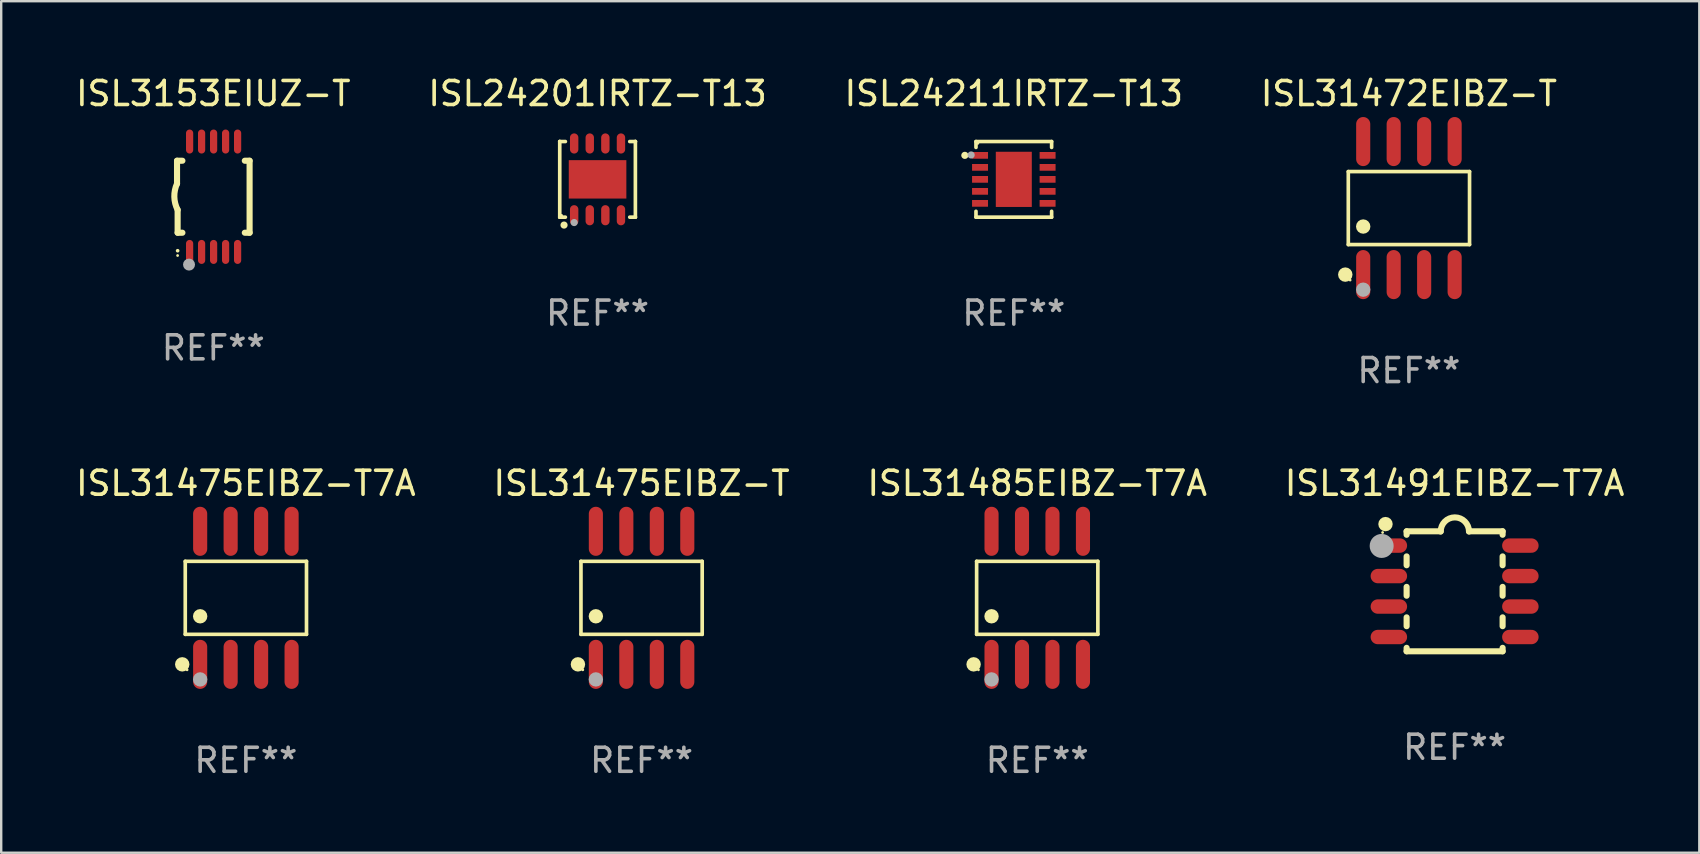
<source format=kicad_pcb>
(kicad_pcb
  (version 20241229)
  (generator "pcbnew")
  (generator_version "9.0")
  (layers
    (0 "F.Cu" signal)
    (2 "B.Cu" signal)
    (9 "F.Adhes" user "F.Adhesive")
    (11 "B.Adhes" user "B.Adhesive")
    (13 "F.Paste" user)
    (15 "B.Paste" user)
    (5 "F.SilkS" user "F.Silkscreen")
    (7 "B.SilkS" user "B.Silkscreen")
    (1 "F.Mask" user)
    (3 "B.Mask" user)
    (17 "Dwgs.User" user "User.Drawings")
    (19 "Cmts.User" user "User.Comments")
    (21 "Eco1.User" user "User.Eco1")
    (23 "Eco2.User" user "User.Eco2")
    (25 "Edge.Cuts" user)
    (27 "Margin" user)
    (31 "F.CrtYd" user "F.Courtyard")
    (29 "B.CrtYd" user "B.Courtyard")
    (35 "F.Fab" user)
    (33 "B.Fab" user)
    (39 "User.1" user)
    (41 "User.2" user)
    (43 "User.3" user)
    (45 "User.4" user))
  (footprint "ISL31491EIBZ-T7A"
    (layer "F.Cu")
    (at 57.565 21.59)
    (property "Reference" "ISL31491EIBZ-T7A" (at 0 -4.5 0) (layer "F.SilkS") (effects (font (size 1 1) (thickness 0.15))))
    (attr through_hole)
    (fp_line (start -2 -2.5) (end -2 -2.356) (stroke (width 0.254) (type solid)) (layer "F.SilkS"))
    (fp_line (start -2 -1.454) (end -2 -1.086) (stroke (width 0.254) (type solid)) (layer "F.SilkS"))
    (fp_line (start -2 -0.184) (end -2 0.184) (stroke (width 0.254) (type solid)) (layer "F.SilkS"))
    (fp_line (start -2 1.086) (end -2 1.454) (stroke (width 0.254) (type solid)) (layer "F.SilkS"))
    (fp_line (start -2 2.356) (end -2 2.5) (stroke (width 0.254) (type solid)) (layer "F.SilkS"))
    (fp_line (start -0.58 -2.5) (end -2 -2.5) (stroke (width 0.254) (type solid)) (layer "F.SilkS"))
    (fp_line (start 2 -2.5) (end 0.6 -2.5) (stroke (width 0.254) (type solid)) (layer "F.SilkS"))
    (fp_line (start 2 -2.5) (end 2 -2.356) (stroke (width 0.254) (type solid)) (layer "F.SilkS"))
    (fp_line (start 2 -1.454) (end 2 -1.086) (stroke (width 0.254) (type solid)) (layer "F.SilkS"))
    (fp_line (start 2 -0.184) (end 2 0.184) (stroke (width 0.254) (type solid)) (layer "F.SilkS"))
    (fp_line (start 2 1.086) (end 2 1.454) (stroke (width 0.254) (type solid)) (layer "F.SilkS"))
    (fp_line (start 2 2.356) (end 2 2.5) (stroke (width 0.254) (type solid)) (layer "F.SilkS"))
    (fp_line (start 2 2.5) (end -2 2.5) (stroke (width 0.254) (type solid)) (layer "F.SilkS"))
    (fp_arc (start -0.579908 -2.489992) (mid 0.010097 -3.07831) (end 0.600102 -2.489992) (stroke (width 0.254001) (type solid)) (layer "F.SilkS"))
    (fp_circle (center -3 -2.45) (end -2.97 -2.45) (stroke (width 0.06) (type solid)) (fill no) (layer "F.SilkS"))
    (fp_circle (center -2.88 -2.8) (end -2.73 -2.8) (stroke (width 0.3) (type solid)) (fill no) (layer "F.SilkS"))
    (fp_circle (center -3.04 -1.89) (end -2.79 -1.89) (stroke (width 0.5) (type solid)) (fill no) (layer "F.Fab"))
    (fp_text user "REF**" (at 0 6.5 0) (layer "F.Fab") (effects (font (size 1 1) (thickness 0.15))))
    (pad "1" smd oval (at -2.74 -1.905 90) (size 0.6 1.52) (layers "F.Cu" "F.Mask" "F.Paste"))
    (pad "2" smd oval (at -2.74 -0.635 90) (size 0.6 1.52) (layers "F.Cu" "F.Mask" "F.Paste"))
    (pad "3" smd oval (at -2.74 0.635 90) (size 0.6 1.52) (layers "F.Cu" "F.Mask" "F.Paste"))
    (pad "4" smd oval (at -2.74 1.905 90) (size 0.6 1.52) (layers "F.Cu" "F.Mask" "F.Paste"))
    (pad "5" smd oval (at 2.74 1.905 90) (size 0.6 1.52) (layers "F.Cu" "F.Mask" "F.Paste"))
    (pad "6" smd oval (at 2.74 0.635 90) (size 0.6 1.52) (layers "F.Cu" "F.Mask" "F.Paste"))
    (pad "7" smd oval (at 2.74 -0.635 90) (size 0.6 1.52) (layers "F.Cu" "F.Mask" "F.Paste"))
    (pad "8" smd oval (at 2.74 -1.905 90) (size 0.6 1.52) (layers "F.Cu" "F.Mask" "F.Paste")))
  (footprint "ISL24201IRTZ-T13"
    (layer "F.Cu")
    (at 21.851 4.424)
    (property "Reference" "ISL24201IRTZ-T13" (at 0 -3.576 0) (layer "F.SilkS") (effects (font (size 1 1) (thickness 0.15))))
    (attr through_hole)
    (fp_line (start -1.576 -1.576) (end -1.576 -1.576) (stroke (width 0.152) (type solid)) (layer "F.SilkS"))
    (fp_line (start -1.576 -1.576) (end -1.341 -1.576) (stroke (width 0.152) (type solid)) (layer "F.SilkS"))
    (fp_line (start -1.576 1.576) (end -1.576 -1.576) (stroke (width 0.152) (type solid)) (layer "F.SilkS"))
    (fp_line (start -1.576 1.576) (end -1.576 1.576) (stroke (width 0.152) (type solid)) (layer "F.SilkS"))
    (fp_line (start -1.341 1.576) (end -1.576 1.576) (stroke (width 0.152) (type solid)) (layer "F.SilkS"))
    (fp_line (start 1.341 1.576) (end 1.576 1.576) (stroke (width 0.152) (type solid)) (layer "F.SilkS"))
    (fp_line (start 1.576 -1.576) (end 1.341 -1.576) (stroke (width 0.152) (type solid)) (layer "F.SilkS"))
    (fp_line (start 1.576 -1.576) (end 1.576 -1.576) (stroke (width 0.152) (type solid)) (layer "F.SilkS"))
    (fp_line (start 1.576 1.576) (end 1.576 -1.576) (stroke (width 0.152) (type solid)) (layer "F.SilkS"))
    (fp_line (start 1.576 1.576) (end 1.576 1.576) (stroke (width 0.152) (type solid)) (layer "F.SilkS"))
    (fp_circle (center -1.5 1.5) (end -1.47 1.5) (stroke (width 0.06) (type solid)) (fill no) (layer "F.SilkS"))
    (fp_circle (center -1.397 1.905) (end -1.322 1.905) (stroke (width 0.15) (type solid)) (fill no) (layer "F.SilkS"))
    (fp_circle (center -0.975 1.8) (end -0.9 1.8) (stroke (width 0.15) (type solid)) (fill no) (layer "F.Fab"))
    (fp_text user "REF**" (at 0 5.576 0) (layer "F.Fab") (effects (font (size 1 1) (thickness 0.15))))
    (pad "1" smd oval (at -0.975 1.495) (size 0.35 0.84) (layers "F.Cu" "F.Mask" "F.Paste"))
    (pad "2" smd oval (at -0.325 1.495) (size 0.35 0.84) (layers "F.Cu" "F.Mask" "F.Paste"))
    (pad "3" smd oval (at 0.325 1.495) (size 0.35 0.84) (layers "F.Cu" "F.Mask" "F.Paste"))
    (pad "4" smd oval (at 0.975 1.495) (size 0.35 0.84) (layers "F.Cu" "F.Mask" "F.Paste"))
    (pad "5" smd oval (at 0.975 -1.495) (size 0.35 0.84) (layers "F.Cu" "F.Mask" "F.Paste"))
    (pad "6" smd oval (at 0.325 -1.495) (size 0.35 0.84) (layers "F.Cu" "F.Mask" "F.Paste"))
    (pad "7" smd oval (at -0.325 -1.495) (size 0.35 0.84) (layers "F.Cu" "F.Mask" "F.Paste"))
    (pad "8" smd oval (at -0.975 -1.495) (size 0.35 0.84) (layers "F.Cu" "F.Mask" "F.Paste"))
    (pad "9" smd rect (at 0 0) (size 2.4 1.6) (layers "F.Cu" "F.Mask" "F.Paste")))
  (footprint "ISL31475EIBZ-T7A"
    (layer "F.Cu")
    (at 7.196 21.862)
    (property "Reference" "ISL31475EIBZ-T7A" (at 0 -4.772 0) (layer "F.SilkS") (effects (font (size 1 1) (thickness 0.15))))
    (attr through_hole)
    (fp_line (start -2.526 -1.521) (end 2.526 -1.521) (stroke (width 0.152) (type solid)) (layer "F.SilkS"))
    (fp_line (start -2.526 1.521) (end -2.526 -1.521) (stroke (width 0.152) (type solid)) (layer "F.SilkS"))
    (fp_line (start 2.526 -1.521) (end 2.526 1.521) (stroke (width 0.152) (type solid)) (layer "F.SilkS"))
    (fp_line (start 2.526 1.521) (end -2.526 1.521) (stroke (width 0.152) (type solid)) (layer "F.SilkS"))
    (fp_circle (center -2.652 2.772) (end -2.501 2.772) (stroke (width 0.3) (type solid)) (fill no) (layer "F.SilkS"))
    (fp_circle (center -2.45 3) (end -2.42 3) (stroke (width 0.06) (type solid)) (fill no) (layer "F.SilkS"))
    (fp_circle (center -1.905 0.769) (end -1.755 0.769) (stroke (width 0.3) (type solid)) (fill no) (layer "F.SilkS"))
    (fp_circle (center -1.905 3.4) (end -1.755 3.4) (stroke (width 0.3) (type solid)) (fill no) (layer "F.Fab"))
    (fp_text user "REF**" (at 0 6.772 0) (layer "F.Fab") (effects (font (size 1 1) (thickness 0.15))))
    (pad "1" smd oval (at -1.905 2.772) (size 0.588 2.045) (layers "F.Cu" "F.Mask" "F.Paste"))
    (pad "2" smd oval (at -0.635 2.772) (size 0.588 2.045) (layers "F.Cu" "F.Mask" "F.Paste"))
    (pad "3" smd oval (at 0.635 2.772) (size 0.588 2.045) (layers "F.Cu" "F.Mask" "F.Paste"))
    (pad "4" smd oval (at 1.905 2.772) (size 0.588 2.045) (layers "F.Cu" "F.Mask" "F.Paste"))
    (pad "5" smd oval (at 1.905 -2.772) (size 0.588 2.045) (layers "F.Cu" "F.Mask" "F.Paste"))
    (pad "6" smd oval (at 0.635 -2.772) (size 0.588 2.045) (layers "F.Cu" "F.Mask" "F.Paste"))
    (pad "7" smd oval (at -0.635 -2.772) (size 0.588 2.045) (layers "F.Cu" "F.Mask" "F.Paste"))
    (pad "8" smd oval (at -1.905 -2.772) (size 0.588 2.045) (layers "F.Cu" "F.Mask" "F.Paste")))
  (footprint "ISL24211IRTZ-T13"
    (layer "F.Cu")
    (at 39.196 4.424)
    (property "Reference" "ISL24211IRTZ-T13" (at 0 -3.576 0) (layer "F.SilkS") (effects (font (size 1 1) (thickness 0.15))))
    (attr through_hole)
    (fp_line (start -1.576 -1.576) (end 1.576 -1.576) (stroke (width 0.152) (type solid)) (layer "F.SilkS"))
    (fp_line (start -1.576 -1.331) (end -1.576 -1.576) (stroke (width 0.152) (type solid)) (layer "F.SilkS"))
    (fp_line (start -1.576 1.331) (end -1.576 1.576) (stroke (width 0.152) (type solid)) (layer "F.SilkS"))
    (fp_line (start -1.576 1.576) (end 1.576 1.576) (stroke (width 0.152) (type solid)) (layer "F.SilkS"))
    (fp_line (start 1.576 -1.576) (end 1.576 -1.331) (stroke (width 0.152) (type solid)) (layer "F.SilkS"))
    (fp_line (start 1.576 1.576) (end 1.576 1.331) (stroke (width 0.152) (type solid)) (layer "F.SilkS"))
    (fp_circle (center -2.04 -1) (end -1.965 -1) (stroke (width 0.15) (type solid)) (fill no) (layer "F.SilkS"))
    (fp_circle (center -1.5 -1.5) (end -1.47 -1.5) (stroke (width 0.06) (type solid)) (fill no) (layer "F.SilkS"))
    (fp_circle (center -1.778 -1.016) (end -1.703 -1.016) (stroke (width 0.15) (type solid)) (fill no) (layer "F.Fab"))
    (fp_text user "REF**" (at 0 5.576 0) (layer "F.Fab") (effects (font (size 1 1) (thickness 0.15))))
    (pad "1" smd rect (at -1.407 -1 270) (size 0.28 0.665) (layers "F.Cu" "F.Mask" "F.Paste"))
    (pad "2" smd rect (at -1.407 -0.5 270) (size 0.28 0.665) (layers "F.Cu" "F.Mask" "F.Paste"))
    (pad "3" smd rect (at -1.407 0.000102 270) (size 0.28 0.665) (layers "F.Cu" "F.Mask" "F.Paste"))
    (pad "4" smd rect (at -1.407 0.5 270) (size 0.28 0.665) (layers "F.Cu" "F.Mask" "F.Paste"))
    (pad "5" smd rect (at -1.407 1 270) (size 0.28 0.665) (layers "F.Cu" "F.Mask" "F.Paste"))
    (pad "6" smd rect (at 1.408 1 270) (size 0.28 0.665) (layers "F.Cu" "F.Mask" "F.Paste"))
    (pad "7" smd rect (at 1.408 0.5 270) (size 0.28 0.665) (layers "F.Cu" "F.Mask" "F.Paste"))
    (pad "8" smd rect (at 1.408 0.000102 270) (size 0.28 0.665) (layers "F.Cu" "F.Mask" "F.Paste"))
    (pad "9" smd rect (at 1.408 -0.5 270) (size 0.28 0.665) (layers "F.Cu" "F.Mask" "F.Paste"))
    (pad "10" smd rect (at 1.408 -1 270) (size 0.28 0.665) (layers "F.Cu" "F.Mask" "F.Paste"))
    (pad "11" smd rect (at -0.000051 0.000102 270) (size 2.3 1.5) (layers "F.Cu" "F.Mask" "F.Paste")))
  (footprint "ISL31475EIBZ-T"
    (layer "F.Cu")
    (at 23.685 21.862)
    (property "Reference" "ISL31475EIBZ-T" (at 0 -4.772 0) (layer "F.SilkS") (effects (font (size 1 1) (thickness 0.15))))
    (attr through_hole)
    (fp_line (start -2.526 -1.521) (end 2.526 -1.521) (stroke (width 0.152) (type solid)) (layer "F.SilkS"))
    (fp_line (start -2.526 1.521) (end -2.526 -1.521) (stroke (width 0.152) (type solid)) (layer "F.SilkS"))
    (fp_line (start 2.526 -1.521) (end 2.526 1.521) (stroke (width 0.152) (type solid)) (layer "F.SilkS"))
    (fp_line (start 2.526 1.521) (end -2.526 1.521) (stroke (width 0.152) (type solid)) (layer "F.SilkS"))
    (fp_circle (center -2.652 2.772) (end -2.501 2.772) (stroke (width 0.3) (type solid)) (fill no) (layer "F.SilkS"))
    (fp_circle (center -2.45 3) (end -2.42 3) (stroke (width 0.06) (type solid)) (fill no) (layer "F.SilkS"))
    (fp_circle (center -1.905 0.769) (end -1.755 0.769) (stroke (width 0.3) (type solid)) (fill no) (layer "F.SilkS"))
    (fp_circle (center -1.905 3.4) (end -1.755 3.4) (stroke (width 0.3) (type solid)) (fill no) (layer "F.Fab"))
    (fp_text user "REF**" (at 0 6.772 0) (layer "F.Fab") (effects (font (size 1 1) (thickness 0.15))))
    (pad "1" smd oval (at -1.905 2.772) (size 0.588 2.045) (layers "F.Cu" "F.Mask" "F.Paste"))
    (pad "2" smd oval (at -0.635 2.772) (size 0.588 2.045) (layers "F.Cu" "F.Mask" "F.Paste"))
    (pad "3" smd oval (at 0.635 2.772) (size 0.588 2.045) (layers "F.Cu" "F.Mask" "F.Paste"))
    (pad "4" smd oval (at 1.905 2.772) (size 0.588 2.045) (layers "F.Cu" "F.Mask" "F.Paste"))
    (pad "5" smd oval (at 1.905 -2.772) (size 0.588 2.045) (layers "F.Cu" "F.Mask" "F.Paste"))
    (pad "6" smd oval (at 0.635 -2.772) (size 0.588 2.045) (layers "F.Cu" "F.Mask" "F.Paste"))
    (pad "7" smd oval (at -0.635 -2.772) (size 0.588 2.045) (layers "F.Cu" "F.Mask" "F.Paste"))
    (pad "8" smd oval (at -1.905 -2.772) (size 0.588 2.045) (layers "F.Cu" "F.Mask" "F.Paste")))
  (footprint "ISL31472EIBZ-T"
    (layer "F.Cu")
    (at 55.661 5.621)
    (property "Reference" "ISL31472EIBZ-T" (at 0 -4.772 0) (layer "F.SilkS") (effects (font (size 1 1) (thickness 0.15))))
    (attr through_hole)
    (fp_line (start -2.526 -1.521) (end 2.526 -1.521) (stroke (width 0.152) (type solid)) (layer "F.SilkS"))
    (fp_line (start -2.526 1.521) (end -2.526 -1.521) (stroke (width 0.152) (type solid)) (layer "F.SilkS"))
    (fp_line (start 2.526 -1.521) (end 2.526 1.521) (stroke (width 0.152) (type solid)) (layer "F.SilkS"))
    (fp_line (start 2.526 1.521) (end -2.526 1.521) (stroke (width 0.152) (type solid)) (layer "F.SilkS"))
    (fp_circle (center -2.652 2.772) (end -2.501 2.772) (stroke (width 0.3) (type solid)) (fill no) (layer "F.SilkS"))
    (fp_circle (center -2.45 3) (end -2.42 3) (stroke (width 0.06) (type solid)) (fill no) (layer "F.SilkS"))
    (fp_circle (center -1.905 0.769) (end -1.755 0.769) (stroke (width 0.3) (type solid)) (fill no) (layer "F.SilkS"))
    (fp_circle (center -1.905 3.4) (end -1.755 3.4) (stroke (width 0.3) (type solid)) (fill no) (layer "F.Fab"))
    (fp_text user "REF**" (at 0 6.772 0) (layer "F.Fab") (effects (font (size 1 1) (thickness 0.15))))
    (pad "1" smd oval (at -1.905 2.772) (size 0.588 2.045) (layers "F.Cu" "F.Mask" "F.Paste"))
    (pad "2" smd oval (at -0.635 2.772) (size 0.588 2.045) (layers "F.Cu" "F.Mask" "F.Paste"))
    (pad "3" smd oval (at 0.635 2.772) (size 0.588 2.045) (layers "F.Cu" "F.Mask" "F.Paste"))
    (pad "4" smd oval (at 1.905 2.772) (size 0.588 2.045) (layers "F.Cu" "F.Mask" "F.Paste"))
    (pad "5" smd oval (at 1.905 -2.772) (size 0.588 2.045) (layers "F.Cu" "F.Mask" "F.Paste"))
    (pad "6" smd oval (at 0.635 -2.772) (size 0.588 2.045) (layers "F.Cu" "F.Mask" "F.Paste"))
    (pad "7" smd oval (at -0.635 -2.772) (size 0.588 2.045) (layers "F.Cu" "F.Mask" "F.Paste"))
    (pad "8" smd oval (at -1.905 -2.772) (size 0.588 2.045) (layers "F.Cu" "F.Mask" "F.Paste")))
  (footprint "ISL3153EIUZ-T"
    (layer "F.Cu")
    (at 5.839 5.148)
    (property "Reference" "ISL3153EIUZ-T" (at 0 -4.3 0) (layer "F.SilkS") (effects (font (size 1 1) (thickness 0.15))))
    (attr through_hole)
    (fp_line (start -1.512 -1.5) (end -1.512 -0.546) (stroke (width 0.254) (type solid)) (layer "F.SilkS"))
    (fp_line (start -1.487 0.546) (end -1.487 1.5) (stroke (width 0.254) (type solid)) (layer "F.SilkS"))
    (fp_line (start -1.288 -1.5) (end -1.512 -1.5) (stroke (width 0.254) (type solid)) (layer "F.SilkS"))
    (fp_line (start -1.288 1.5) (end -1.487 1.5) (stroke (width 0.254) (type solid)) (layer "F.SilkS"))
    (fp_line (start 1.512 -1.5) (end 1.312 -1.5) (stroke (width 0.254) (type solid)) (layer "F.SilkS"))
    (fp_line (start 1.512 -1.5) (end 1.512 1.5) (stroke (width 0.254) (type solid)) (layer "F.SilkS"))
    (fp_line (start 1.512 1.5) (end 1.312 1.5) (stroke (width 0.254) (type solid)) (layer "F.SilkS"))
    (fp_arc (start -1.487998 2.250013) (mid -1.486728 2.250007) (end -1.485458 2.250013) (stroke (width 0.150013) (type solid)) (layer "F.SilkS"))
    (fp_arc (start -1.486602 0.546102) (mid -1.624196 0.002905) (end -1.512002 -0.546101) (stroke (width 0.254001) (type solid)) (layer "F.SilkS"))
    (fp_circle (center -1.488 2.45) (end -1.458 2.45) (stroke (width 0.06) (type solid)) (fill no) (layer "F.SilkS"))
    (fp_circle (center -1.012 2.828) (end -0.887 2.828) (stroke (width 0.25) (type solid)) (fill no) (layer "F.Fab"))
    (fp_text user "REF**" (at 0 6.3 0) (layer "F.Fab") (effects (font (size 1 1) (thickness 0.15))))
    (pad "1" smd oval (at -0.988 2.3) (size 0.3 1) (layers "F.Cu" "F.Mask" "F.Paste"))
    (pad "2" smd oval (at -0.488 2.3) (size 0.3 1) (layers "F.Cu" "F.Mask" "F.Paste"))
    (pad "3" smd oval (at 0.012 2.3) (size 0.3 1) (layers "F.Cu" "F.Mask" "F.Paste"))
    (pad "4" smd oval (at 0.512 2.3) (size 0.3 1) (layers "F.Cu" "F.Mask" "F.Paste"))
    (pad "5" smd oval (at 1.012 2.3) (size 0.3 1) (layers "F.Cu" "F.Mask" "F.Paste"))
    (pad "6" smd oval (at 1.012 -2.3) (size 0.3 1) (layers "F.Cu" "F.Mask" "F.Paste"))
    (pad "7" smd oval (at 0.512 -2.3) (size 0.3 1) (layers "F.Cu" "F.Mask" "F.Paste"))
    (pad "8" smd oval (at 0.012 -2.3) (size 0.3 1) (layers "F.Cu" "F.Mask" "F.Paste"))
    (pad "9" smd oval (at -0.488 -2.3) (size 0.3 1) (layers "F.Cu" "F.Mask" "F.Paste"))
    (pad "10" smd oval (at -0.988 -2.3) (size 0.3 1) (layers "F.Cu" "F.Mask" "F.Paste")))
  (footprint "ISL31485EIBZ-T7A"
    (layer "F.Cu")
    (at 40.173 21.862)
    (property "Reference" "ISL31485EIBZ-T7A" (at 0 -4.772 0) (layer "F.SilkS") (effects (font (size 1 1) (thickness 0.15))))
    (attr through_hole)
    (fp_line (start -2.526 -1.521) (end 2.526 -1.521) (stroke (width 0.152) (type solid)) (layer "F.SilkS"))
    (fp_line (start -2.526 1.521) (end -2.526 -1.521) (stroke (width 0.152) (type solid)) (layer "F.SilkS"))
    (fp_line (start 2.526 -1.521) (end 2.526 1.521) (stroke (width 0.152) (type solid)) (layer "F.SilkS"))
    (fp_line (start 2.526 1.521) (end -2.526 1.521) (stroke (width 0.152) (type solid)) (layer "F.SilkS"))
    (fp_circle (center -2.652 2.772) (end -2.501 2.772) (stroke (width 0.3) (type solid)) (fill no) (layer "F.SilkS"))
    (fp_circle (center -2.45 3) (end -2.42 3) (stroke (width 0.06) (type solid)) (fill no) (layer "F.SilkS"))
    (fp_circle (center -1.905 0.769) (end -1.755 0.769) (stroke (width 0.3) (type solid)) (fill no) (layer "F.SilkS"))
    (fp_circle (center -1.905 3.4) (end -1.755 3.4) (stroke (width 0.3) (type solid)) (fill no) (layer "F.Fab"))
    (fp_text user "REF**" (at 0 6.772 0) (layer "F.Fab") (effects (font (size 1 1) (thickness 0.15))))
    (pad "1" smd oval (at -1.905 2.772) (size 0.588 2.045) (layers "F.Cu" "F.Mask" "F.Paste"))
    (pad "2" smd oval (at -0.635 2.772) (size 0.588 2.045) (layers "F.Cu" "F.Mask" "F.Paste"))
    (pad "3" smd oval (at 0.635 2.772) (size 0.588 2.045) (layers "F.Cu" "F.Mask" "F.Paste"))
    (pad "4" smd oval (at 1.905 2.772) (size 0.588 2.045) (layers "F.Cu" "F.Mask" "F.Paste"))
    (pad "5" smd oval (at 1.905 -2.772) (size 0.588 2.045) (layers "F.Cu" "F.Mask" "F.Paste"))
    (pad "6" smd oval (at 0.635 -2.772) (size 0.588 2.045) (layers "F.Cu" "F.Mask" "F.Paste"))
    (pad "7" smd oval (at -0.635 -2.772) (size 0.588 2.045) (layers "F.Cu" "F.Mask" "F.Paste"))
    (pad "8" smd oval (at -1.905 -2.772) (size 0.588 2.045) (layers "F.Cu" "F.Mask" "F.Paste")))
  (gr_rect
    (start -3 -3)
    (end 67.762 32.483)
    (stroke (width 0.1) (type default))
    (fill no)
    (layer "Edge.Cuts")))
</source>
